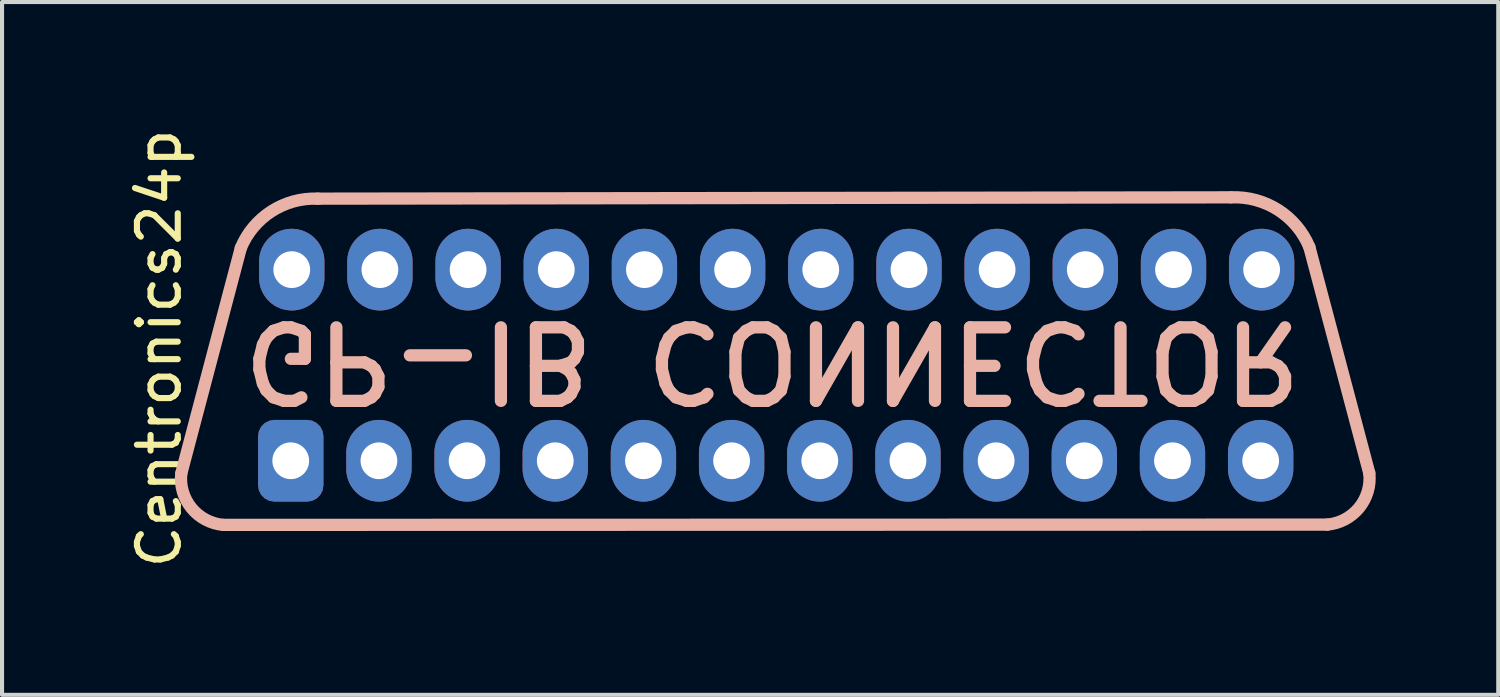
<source format=kicad_pcb>
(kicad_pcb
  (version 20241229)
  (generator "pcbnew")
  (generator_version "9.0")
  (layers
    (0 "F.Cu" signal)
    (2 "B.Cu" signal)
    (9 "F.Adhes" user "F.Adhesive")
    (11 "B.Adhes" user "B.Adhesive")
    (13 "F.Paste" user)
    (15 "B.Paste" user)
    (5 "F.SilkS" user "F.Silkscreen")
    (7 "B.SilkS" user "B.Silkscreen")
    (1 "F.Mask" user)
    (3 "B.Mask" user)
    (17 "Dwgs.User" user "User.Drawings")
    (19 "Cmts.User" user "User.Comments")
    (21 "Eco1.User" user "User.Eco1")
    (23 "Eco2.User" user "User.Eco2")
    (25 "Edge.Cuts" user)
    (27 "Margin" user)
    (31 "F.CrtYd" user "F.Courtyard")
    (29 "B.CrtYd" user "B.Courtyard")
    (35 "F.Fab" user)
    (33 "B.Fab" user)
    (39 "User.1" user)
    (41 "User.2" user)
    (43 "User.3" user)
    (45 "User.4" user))
  (footprint "Centronics24p"
    (layer "F.Cu")
    (at 15.968 5.502)
    (property "Reference" "Centronics24p" (at -15.12 -0.02 270) (layer "F.SilkS") (effects (font (size 1 1) (thickness 0.15))))
    (attr through_hole)
    (fp_line (start -13.549 4.3) (end 13.48 4.293) (stroke (width 0.3) (type solid)) (layer "B.SilkS"))
    (fp_line (start -13.121 -2.48) (end -14.579 3.04) (stroke (width 0.3) (type solid)) (layer "B.SilkS"))
    (fp_line (start 11.111 -3.72) (end -11.238 -3.688) (stroke (width 0.3) (type solid)) (layer "B.SilkS"))
    (fp_line (start 13.043 -2.5) (end 14.51 3.033) (stroke (width 0.3) (type solid)) (layer "B.SilkS"))
    (fp_arc (start -13.548933 4.300419) (mid -14.329731 3.887698) (end -14.578933 3.040419) (stroke (width 0.3) (type solid)) (layer "B.SilkS"))
    (fp_arc (start -13.121067 -2.480418) (mid -12.369021 -3.379601) (end -11.238034 -3.687775) (stroke (width 0.3) (type solid)) (layer "B.SilkS"))
    (fp_arc (start 11.131067 -3.719581) (mid 12.278889 -3.410789) (end 13.043113 -2.500398) (stroke (width 0.3) (type solid)) (layer "B.SilkS"))
    (fp_arc (start 14.510269 3.03314) (mid 14.261067 3.880419) (end 13.480269 4.29314) (stroke (width 0.3) (type solid)) (layer "B.SilkS"))
    (fp_text user "GP-IB CONNECTOR" (at -0.11 0.28 180) (unlocked yes) (layer "B.SilkS") (effects (font (size 1.8 1.8) (thickness 0.3)) (justify mirror)))
    (pad "1" thru_hole roundrect (at -11.899 2.73) (size 1.6 2) (drill 0.9) (layers "*.Cu" "F.Mask") (roundrect_rratio 0.25))
    (pad "2" thru_hole oval (at -9.74 2.73) (size 1.6 2) (drill 0.9) (layers "*.Cu" "F.Mask"))
    (pad "3" thru_hole oval (at -7.581 2.73) (size 1.6 2) (drill 0.9) (layers "*.Cu" "F.Mask"))
    (pad "4" thru_hole oval (at -5.422 2.73) (size 1.6 2) (drill 0.9) (layers "*.Cu" "F.Mask"))
    (pad "5" thru_hole oval (at -3.263 2.73) (size 1.6 2) (drill 0.9) (layers "*.Cu" "F.Mask"))
    (pad "6" thru_hole oval (at -1.104 2.73) (size 1.6 2) (drill 0.9) (layers "*.Cu" "F.Mask"))
    (pad "7" thru_hole oval (at 1.055 2.73) (size 1.6 2) (drill 0.9) (layers "*.Cu" "F.Mask"))
    (pad "8" thru_hole oval (at 3.214 2.73) (size 1.6 2) (drill 0.9) (layers "*.Cu" "F.Mask"))
    (pad "9" thru_hole oval (at 5.373 2.73) (size 1.6 2) (drill 0.9) (layers "*.Cu" "F.Mask"))
    (pad "10" thru_hole oval (at 7.532 2.73) (size 1.6 2) (drill 0.9) (layers "*.Cu" "F.Mask"))
    (pad "11" thru_hole oval (at 9.691 2.73) (size 1.6 2) (drill 0.9) (layers "*.Cu" "F.Mask"))
    (pad "12" thru_hole oval (at 11.85 2.73) (size 1.6 2) (drill 0.9) (layers "*.Cu" "F.Mask"))
    (pad "13" thru_hole oval (at -11.874 -1.95) (size 1.6 2) (drill 0.9) (layers "*.Cu" "F.Mask"))
    (pad "14" thru_hole oval (at -9.716 -1.95) (size 1.6 2) (drill 0.9) (layers "*.Cu" "F.Mask"))
    (pad "15" thru_hole oval (at -7.556 -1.95) (size 1.6 2) (drill 0.9) (layers "*.Cu" "F.Mask"))
    (pad "16" thru_hole oval (at -5.397 -1.95) (size 1.6 2) (drill 0.9) (layers "*.Cu" "F.Mask"))
    (pad "17" thru_hole oval (at -3.239 -1.95) (size 1.6 2) (drill 0.9) (layers "*.Cu" "F.Mask"))
    (pad "18" thru_hole oval (at -1.079 -1.95) (size 1.6 2) (drill 0.9) (layers "*.Cu" "F.Mask"))
    (pad "19" thru_hole oval (at 1.079 -1.95) (size 1.6 2) (drill 0.9) (layers "*.Cu" "F.Mask"))
    (pad "20" thru_hole oval (at 3.239 -1.95) (size 1.6 2) (drill 0.9) (layers "*.Cu" "F.Mask"))
    (pad "21" thru_hole oval (at 5.397 -1.95) (size 1.6 2) (drill 0.9) (layers "*.Cu" "F.Mask"))
    (pad "22" thru_hole oval (at 7.556 -1.95) (size 1.6 2) (drill 0.9) (layers "*.Cu" "F.Mask"))
    (pad "23" thru_hole oval (at 9.716 -1.95) (size 1.6 2) (drill 0.9) (layers "*.Cu" "F.Mask"))
    (pad "24" thru_hole oval (at 11.874 -1.95) (size 1.6 2) (drill 0.9) (layers "*.Cu" "F.Mask")))
  (gr_rect
    (start -3 -3)
    (end 33.636 13.964)
    (stroke (width 0.1) (type default))
    (fill no)
    (layer "Edge.Cuts")))
</source>
